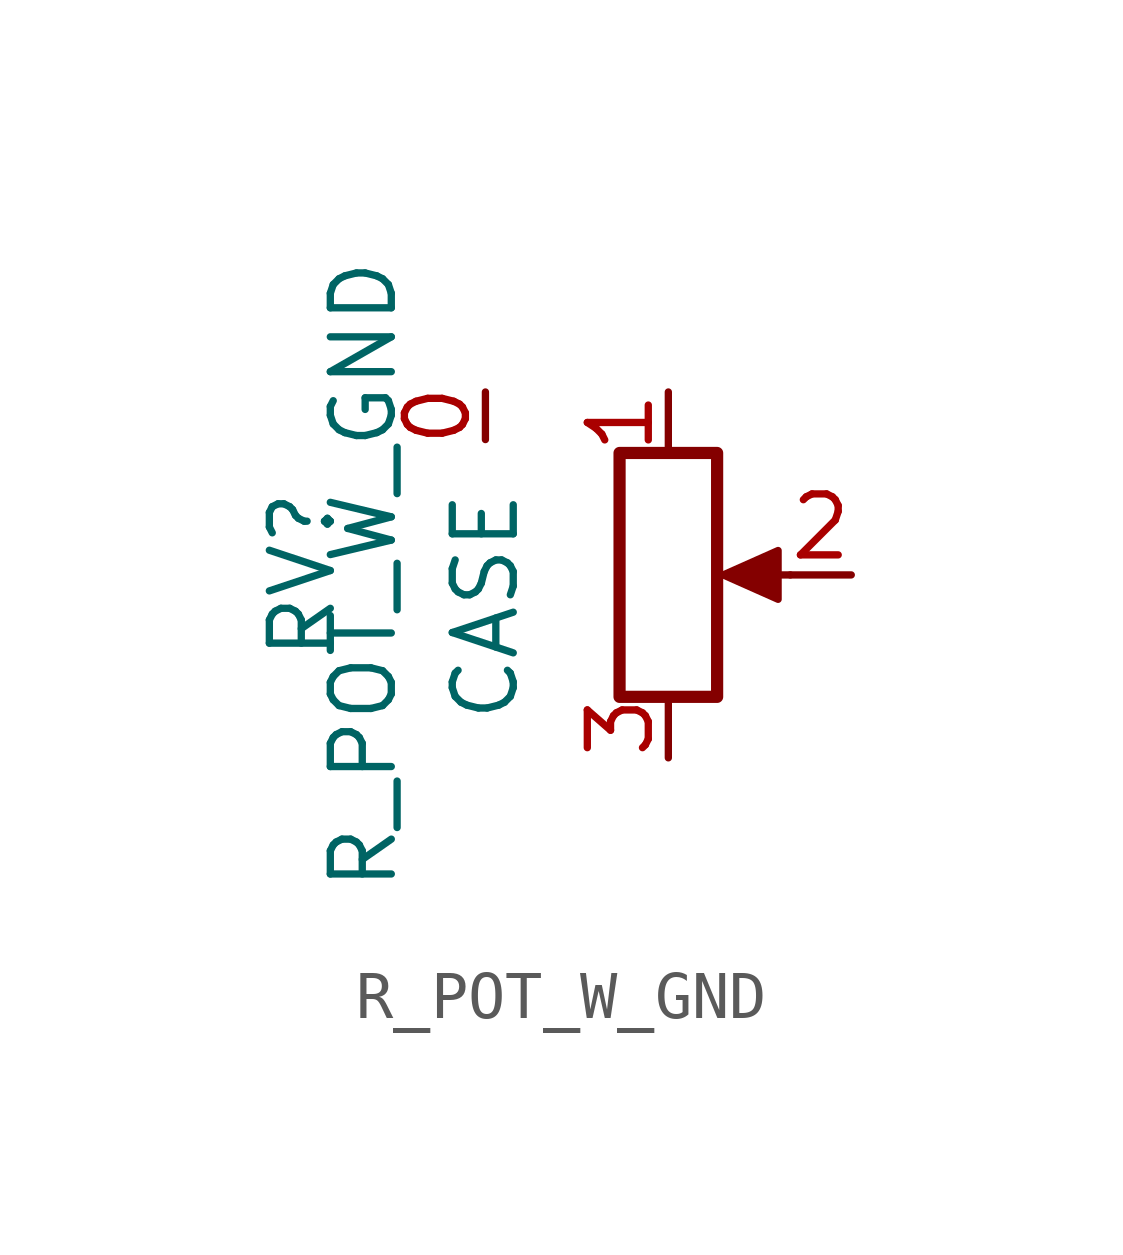
<source format=kicad_sym>
(kicad_symbol_lib
  (version 20211014)
  (generator kicad_symbol_editor)
  (symbol "R_POT_W_GND"
    (pin_names
      (offset 1.016))
    (property "Reference" "RV"
      (at -7.62 0 90)
      (effects (font (size 1.27 1.27))))
    (property "Value" "R_POT_W_GND"
      (at -6.35 0 90)
      (effects (font (size 1.27 1.27))))
    (symbol "R_POT_W_GND_0_1"
      (polyline (pts (xy 2.54 0) (xy 1.524 0)) (stroke (width 0) (type default) (color 0 0 0 0)) (fill (type none)))
      (polyline (pts (xy 1.143 0) (xy 2.286 0.508) (xy 2.286 -0.508) (xy 1.143 0)) (stroke (width 0) (type default) (color 0 0 0 0)) (fill (type outline)))
      (rectangle (start 1.016 2.54) (end -1.016 -2.54) (stroke (width 0.254) (type default) (color 0 0 0 0)) (fill (type none))))
    (symbol "R_POT_W_GND_1_1"
      (pin input line (at -3.81 3.81 270) (length 0.991) (name "CASE" (effects (font (size 1.27 1.27)))) (number "0" (effects (font (size 1.27 1.27)))))
      (pin passive line (at 0 3.81 270) (length 1.27) (name "~" (effects (font (size 1.27 1.27)))) (number "1" (effects (font (size 1.27 1.27)))))
      (pin passive line (at 3.81 0 180) (length 1.27) (name "~" (effects (font (size 1.27 1.27)))) (number "2" (effects (font (size 1.27 1.27)))))
      (pin passive line (at 0 -3.81 90) (length 1.27) (name "~" (effects (font (size 1.27 1.27)))) (number "3" (effects (font (size 1.27 1.27))))))))
</source>
